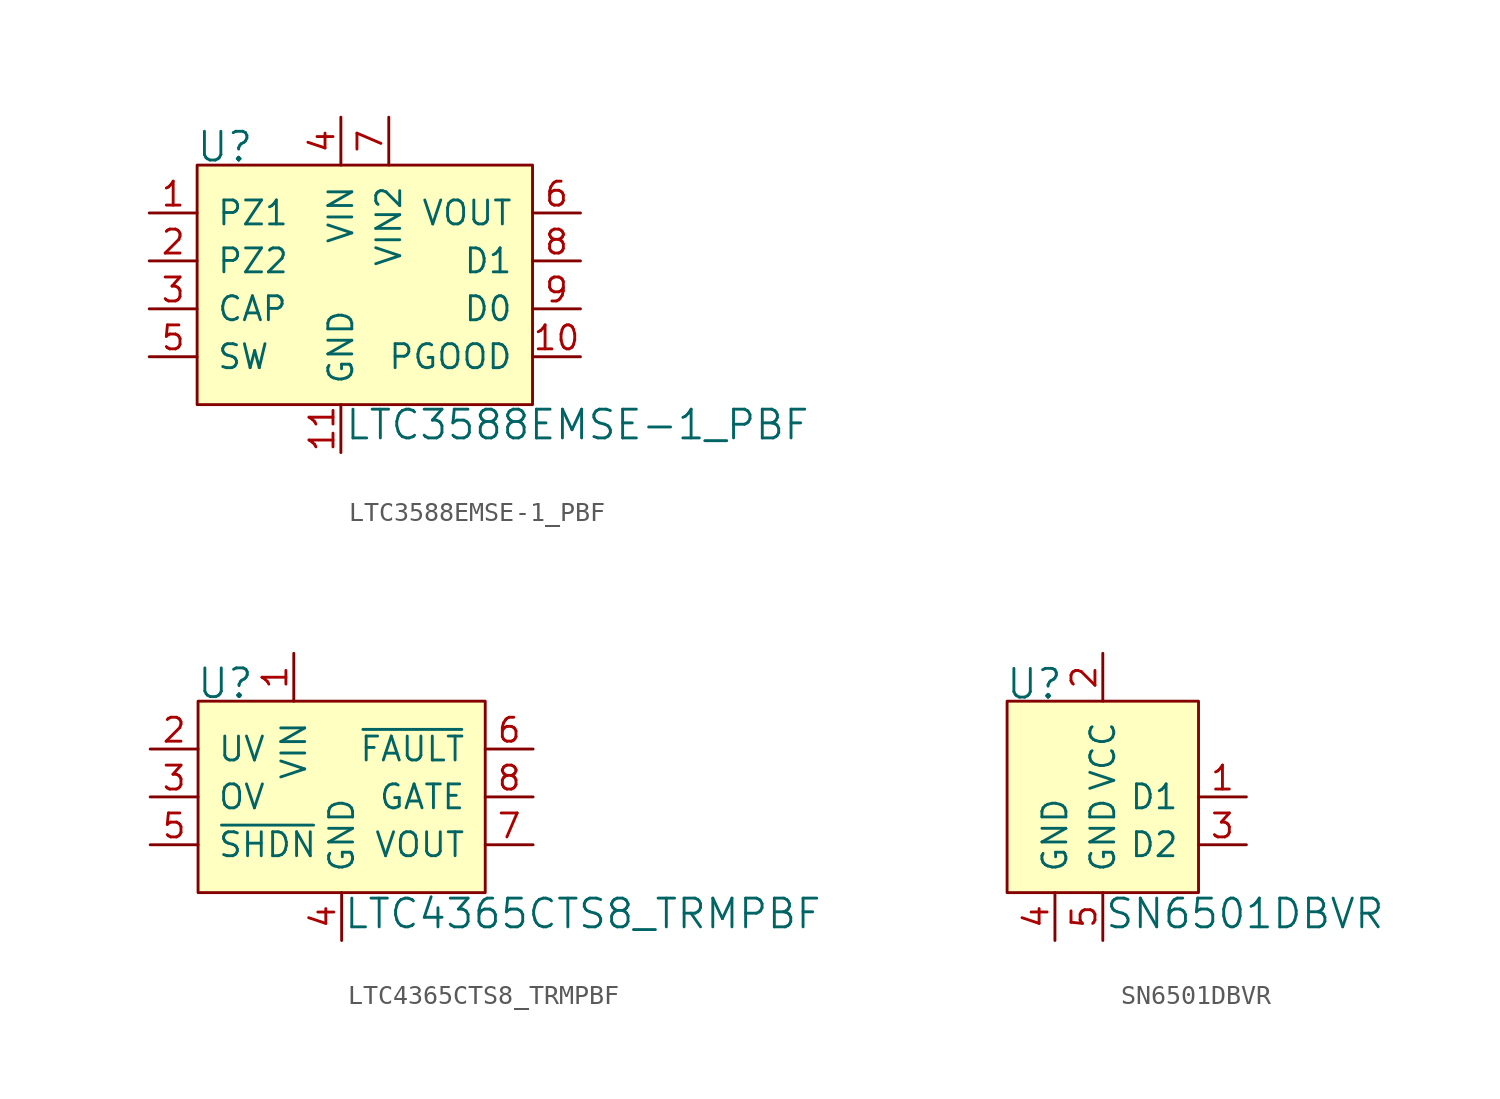
<source format=kicad_sym>
(kicad_symbol_lib
  (version 20231120)
  (generator "kicad_symbol_editor")
  (generator_version "8.0")
  (symbol "LTC3588EMSE-1_PBF"
    (pin_names
      (offset 1.016))
    (property "Reference" "U"
      (at -7.696 6.045 0)
      (effects (font (size 1.524 1.524)) (justify left)))
    (property "Value" "LTC3588EMSE-1_PBF"
      (at 0.178 -8.687 0)
      (effects (font (size 1.524 1.524)) (justify left)))
    (symbol "LTC3588EMSE-1_PBF_0_1"
      (rectangle (start -7.62 5.08) (end 10.16 -7.62) (stroke (width 0) (type default)) (fill (type background))))
    (symbol "LTC3588EMSE-1_PBF_1_1"
      (pin input line (at -10.16 2.54 0) (length 2.54) (name "PZ1" (effects (font (size 1.27 1.27)))) (number "1" (effects (font (size 1.27 1.27)))))
      (pin output line (at 12.7 -5.08 180) (length 2.54) (name "PGOOD" (effects (font (size 1.27 1.27)))) (number "10" (effects (font (size 1.27 1.27)))))
      (pin power_in line (at 0 -10.16 90) (length 2.54) (name "GND" (effects (font (size 1.27 1.27)))) (number "11" (effects (font (size 1.27 1.27)))))
      (pin input line (at -10.16 0 0) (length 2.54) (name "PZ2" (effects (font (size 1.27 1.27)))) (number "2" (effects (font (size 1.27 1.27)))))
      (pin input line (at -10.16 -2.54 0) (length 2.54) (name "CAP" (effects (font (size 1.27 1.27)))) (number "3" (effects (font (size 1.27 1.27)))))
      (pin power_in line (at 0 7.62 270) (length 2.54) (name "VIN" (effects (font (size 1.27 1.27)))) (number "4" (effects (font (size 1.27 1.27)))))
      (pin input line (at -10.16 -5.08 0) (length 2.54) (name "SW" (effects (font (size 1.27 1.27)))) (number "5" (effects (font (size 1.27 1.27)))))
      (pin power_out line (at 12.7 2.54 180) (length 2.54) (name "VOUT" (effects (font (size 1.27 1.27)))) (number "6" (effects (font (size 1.27 1.27)))))
      (pin power_in line (at 2.54 7.62 270) (length 2.54) (name "VIN2" (effects (font (size 1.27 1.27)))) (number "7" (effects (font (size 1.27 1.27)))))
      (pin output line (at 12.7 0 180) (length 2.54) (name "D1" (effects (font (size 1.27 1.27)))) (number "8" (effects (font (size 1.27 1.27)))))
      (pin output line (at 12.7 -2.54 180) (length 2.54) (name "D0" (effects (font (size 1.27 1.27)))) (number "9" (effects (font (size 1.27 1.27)))))))
  (symbol "LTC4365CTS8_TRMPBF"
    (pin_names
      (offset 1.016))
    (property "Reference" "U"
      (at -10.262 6.02 0)
      (effects (font (size 1.524 1.524)) (justify left)))
    (property "Value" "LTC4365CTS8_TRMPBF"
      (at -2.464 -6.198 0)
      (effects (font (size 1.524 1.524)) (justify left)))
    (symbol "LTC4365CTS8_TRMPBF_0_1"
      (rectangle (start -10.16 5.08) (end 5.08 -5.08) (stroke (width 0) (type default)) (fill (type background))))
    (symbol "LTC4365CTS8_TRMPBF_1_1"
      (pin power_in line (at -5.08 7.62 270) (length 2.54) (name "VIN" (effects (font (size 1.27 1.27)))) (number "1" (effects (font (size 1.27 1.27)))))
      (pin input line (at -12.7 2.54 0) (length 2.54) (name "UV" (effects (font (size 1.27 1.27)))) (number "2" (effects (font (size 1.27 1.27)))))
      (pin input line (at -12.7 0 0) (length 2.54) (name "OV" (effects (font (size 1.27 1.27)))) (number "3" (effects (font (size 1.27 1.27)))))
      (pin power_in line (at -2.54 -7.62 90) (length 2.54) (name "GND" (effects (font (size 1.27 1.27)))) (number "4" (effects (font (size 1.27 1.27)))))
      (pin input line (at -12.7 -2.54 0) (length 2.54) (name "~{SHDN}" (effects (font (size 1.27 1.27)))) (number "5" (effects (font (size 1.27 1.27)))))
      (pin output line (at 7.62 2.54 180) (length 2.54) (name "~{FAULT}" (effects (font (size 1.27 1.27)))) (number "6" (effects (font (size 1.27 1.27)))))
      (pin power_out line (at 7.62 -2.54 180) (length 2.54) (name "VOUT" (effects (font (size 1.27 1.27)))) (number "7" (effects (font (size 1.27 1.27)))))
      (pin output line (at 7.62 0 180) (length 2.54) (name "GATE" (effects (font (size 1.27 1.27)))) (number "8" (effects (font (size 1.27 1.27)))))))
  (symbol "SN6501DBVR"
    (pin_names
      (offset 1.016))
    (property "Reference" "U"
      (at -5.182 0.914 0)
      (effects (font (size 1.524 1.524)) (justify left)))
    (property "Value" "SN6501DBVR"
      (at 0.076 -11.278 0)
      (effects (font (size 1.524 1.524)) (justify left)))
    (symbol "SN6501DBVR_0_1"
      (rectangle (start -5.08 0) (end 5.08 -10.16) (stroke (width 0) (type default)) (fill (type background))))
    (symbol "SN6501DBVR_1_1"
      (pin output line (at 7.62 -5.08 180) (length 2.54) (name "D1" (effects (font (size 1.27 1.27)))) (number "1" (effects (font (size 1.27 1.27)))))
      (pin power_in line (at 0 2.54 270) (length 2.54) (name "VCC" (effects (font (size 1.27 1.27)))) (number "2" (effects (font (size 1.27 1.27)))))
      (pin output line (at 7.62 -7.62 180) (length 2.54) (name "D2" (effects (font (size 1.27 1.27)))) (number "3" (effects (font (size 1.27 1.27)))))
      (pin power_in line (at -2.54 -12.7 90) (length 2.54) (name "GND" (effects (font (size 1.27 1.27)))) (number "4" (effects (font (size 1.27 1.27)))))
      (pin power_in line (at 0 -12.7 90) (length 2.54) (name "GND" (effects (font (size 1.27 1.27)))) (number "5" (effects (font (size 1.27 1.27))))))))
</source>
